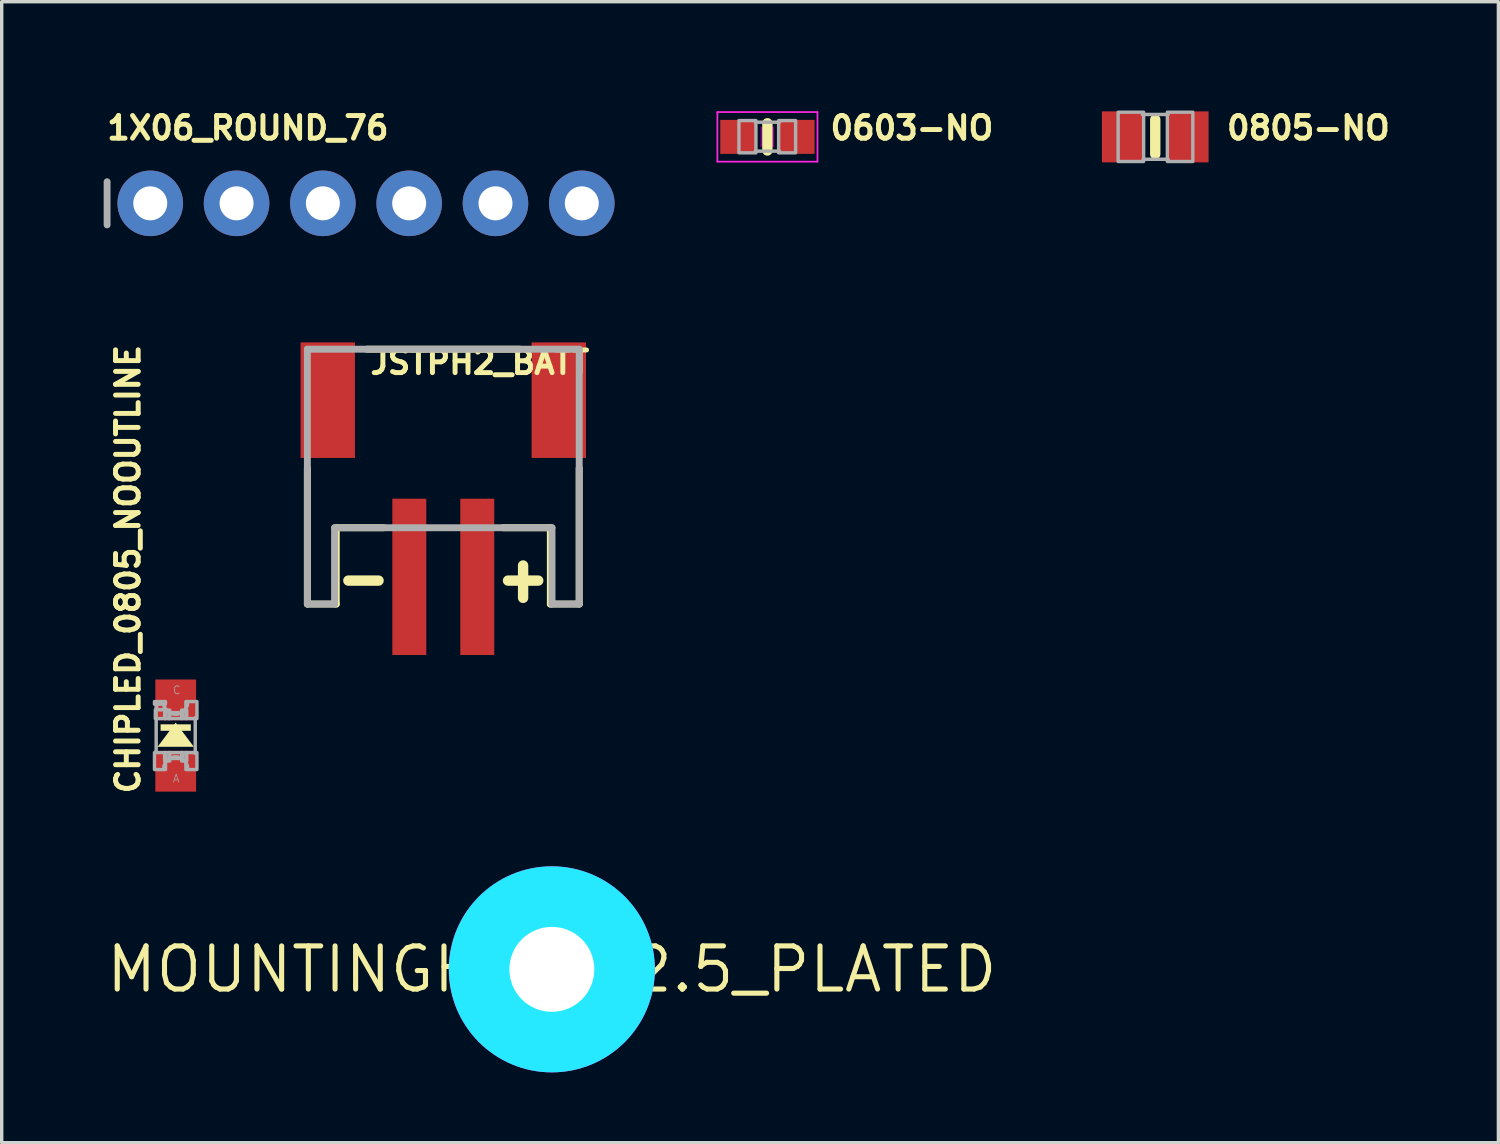
<source format=kicad_pcb>
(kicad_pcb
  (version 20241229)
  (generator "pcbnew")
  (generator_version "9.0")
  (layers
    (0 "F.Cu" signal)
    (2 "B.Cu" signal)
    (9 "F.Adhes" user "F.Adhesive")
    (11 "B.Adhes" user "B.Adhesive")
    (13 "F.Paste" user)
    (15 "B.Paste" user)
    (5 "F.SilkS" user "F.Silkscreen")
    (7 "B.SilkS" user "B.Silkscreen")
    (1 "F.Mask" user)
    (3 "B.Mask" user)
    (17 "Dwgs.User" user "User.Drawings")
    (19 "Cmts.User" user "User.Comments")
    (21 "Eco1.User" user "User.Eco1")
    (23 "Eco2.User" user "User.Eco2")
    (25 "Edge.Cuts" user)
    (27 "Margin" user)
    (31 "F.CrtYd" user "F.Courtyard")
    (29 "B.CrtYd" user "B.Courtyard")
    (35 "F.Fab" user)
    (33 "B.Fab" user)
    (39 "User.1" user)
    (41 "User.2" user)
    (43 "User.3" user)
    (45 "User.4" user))
  (footprint "CHIPLED_0805_NOOUTLINE"
    (layer "F.Cu")
    (at 2.121 18.598)
    (property "Reference" "CHIPLED_0805_NOOUTLINE" (at -1.016 1.778 90) (unlocked yes) (layer "F.SilkS") (effects (font (size 0.666 0.666) (thickness 0.146)) (justify left bottom)))
    (fp_poly (pts (xy 0.533 0.33) (xy -0.533 0.33) (xy 0 -0.381)) (stroke (width 0) (type default)) (fill yes) (layer "F.SilkS"))
    (fp_poly (pts (xy -0.445 -0.141) (xy 0.445 -0.141) (xy 0.445 -0.331) (xy -0.445 -0.331)) (stroke (width 0) (type default)) (fill yes) (layer "F.SilkS"))
    (fp_line (start -0.575 0.5) (end -0.575 -0.925) (stroke (width 0.102) (type solid)) (layer "F.Fab"))
    (fp_line (start 0.575 -0.525) (end 0.575 0.525) (stroke (width 0.102) (type solid)) (layer "F.Fab"))
    (fp_arc (start -0.35 0.925) (mid -0.000001 0.625027) (end 0.35 0.924998) (stroke (width 0.1016) (type solid)) (layer "F.Fab"))
    (fp_arc (start 0.35 -0.924998) (mid -0.000001 -0.625027) (end -0.35 -0.925) (stroke (width 0.1016) (type solid)) (layer "F.Fab"))
    (fp_circle (center -0.45 -0.85) (end -0.347 -0.85) (stroke (width 0.076) (type solid)) (fill no) (layer "F.Fab"))
    (fp_poly (pts (xy -0.625 -0.925) (xy -0.3 -0.925) (xy -0.3 -1) (xy -0.625 -1)) (stroke (width 0.1) (type default)) (fill no) (layer "F.Fab"))
    (fp_poly (pts (xy -0.625 1) (xy -0.3 1) (xy -0.3 0.5) (xy -0.625 0.5)) (stroke (width 0.1) (type default)) (fill no) (layer "F.Fab"))
    (fp_poly (pts (xy -0.6 -0.5) (xy -0.3 -0.5) (xy -0.3 -0.762) (xy -0.6 -0.762)) (stroke (width 0.1) (type default)) (fill no) (layer "F.Fab"))
    (fp_poly (pts (xy -0.325 -0.5) (xy -0.175 -0.5) (xy -0.175 -0.75) (xy -0.325 -0.75)) (stroke (width 0.1) (type default)) (fill no) (layer "F.Fab"))
    (fp_poly (pts (xy -0.325 0.75) (xy -0.175 0.75) (xy -0.175 0.5) (xy -0.325 0.5)) (stroke (width 0.1) (type default)) (fill no) (layer "F.Fab"))
    (fp_poly (pts (xy -0.2 -0.5) (xy 0.2 -0.5) (xy 0.2 -0.675) (xy -0.2 -0.675)) (stroke (width 0.1) (type default)) (fill no) (layer "F.Fab"))
    (fp_poly (pts (xy -0.2 0.675) (xy 0.2 0.675) (xy 0.2 0.5) (xy -0.2 0.5)) (stroke (width 0.1) (type default)) (fill no) (layer "F.Fab"))
    (fp_poly (pts (xy 0.175 -0.5) (xy 0.325 -0.5) (xy 0.325 -0.75) (xy 0.175 -0.75)) (stroke (width 0.1) (type default)) (fill no) (layer "F.Fab"))
    (fp_poly (pts (xy 0.175 0.75) (xy 0.325 0.75) (xy 0.325 0.5) (xy 0.175 0.5)) (stroke (width 0.1) (type default)) (fill no) (layer "F.Fab"))
    (fp_poly (pts (xy 0.3 -0.5) (xy 0.625 -0.5) (xy 0.625 -1) (xy 0.3 -1)) (stroke (width 0.1) (type default)) (fill no) (layer "F.Fab"))
    (fp_poly (pts (xy 0.3 1) (xy 0.625 1) (xy 0.625 0.5) (xy 0.3 0.5)) (stroke (width 0.1) (type default)) (fill no) (layer "F.Fab"))
    (fp_text user "A" (at -0.1 1.4 0) (unlocked yes) (layer "F.Fab") (effects (font (size 0.234 0.234) (thickness 0.02)) (justify left bottom)))
    (fp_text user "C" (at -0.1 -1.2 0) (unlocked yes) (layer "F.Fab") (effects (font (size 0.234 0.234) (thickness 0.02)) (justify left bottom)))
    (pad "A" smd rect (at 0 1.05) (size 1.2 1.2) (layers "F.Cu" "F.Mask" "F.Paste"))
    (pad "C" smd rect (at 0 -1.05) (size 1.2 1.2) (layers "F.Cu" "F.Mask" "F.Paste")))
  (footprint "0805-NO"
    (layer "F.Cu")
    (at 30.949 0.978)
    (property "Reference" "0805-NO" (at 2.032 0.127 0) (unlocked yes) (layer "F.SilkS") (effects (font (size 0.666 0.666) (thickness 0.146)) (justify left bottom)))
    (fp_line (start 0 -0.508) (end 0 0.508) (stroke (width 0.305) (type solid)) (layer "F.SilkS"))
    (fp_line (start -0.381 -0.66) (end 0.381 -0.66) (stroke (width 0.102) (type solid)) (layer "F.Fab"))
    (fp_line (start -0.356 0.66) (end 0.381 0.66) (stroke (width 0.102) (type solid)) (layer "F.Fab"))
    (fp_poly (pts (xy -1.092 0.724) (xy -0.342 0.724) (xy -0.342 -0.726) (xy -1.092 -0.726)) (stroke (width 0.1) (type default)) (fill no) (layer "F.Fab"))
    (fp_poly (pts (xy 0.356 0.724) (xy 1.106 0.724) (xy 1.106 -0.726) (xy 0.356 -0.726)) (stroke (width 0.1) (type default)) (fill no) (layer "F.Fab"))
    (pad "1" smd rect (at -0.95 0) (size 1.24 1.5) (layers "F.Cu" "F.Mask" "F.Paste"))
    (pad "2" smd rect (at 0.95 0) (size 1.24 1.5) (layers "F.Cu" "F.Mask" "F.Paste")))
  (footprint "JSTPH2_BATT"
    (layer "F.Cu")
    (at 9.996 11.624)
    (property "Reference" "JSTPH2_BATT" (at -2.223 -3.619 0) (unlocked yes) (layer "F.SilkS") (effects (font (size 0.666 0.666) (thickness 0.146)) (justify left bottom)))
    (fp_line (start -4 3.103) (end -4 -0.897) (stroke (width 0.203) (type solid)) (layer "F.SilkS"))
    (fp_line (start -3.15 0.857) (end -3.15 3.103) (stroke (width 0.203) (type solid)) (layer "F.SilkS"))
    (fp_line (start -3.15 3.103) (end -4 3.103) (stroke (width 0.203) (type solid)) (layer "F.SilkS"))
    (fp_line (start -2.794 2.413) (end -1.905 2.413) (stroke (width 0.305) (type solid)) (layer "F.SilkS"))
    (fp_line (start -2.25 -4.397) (end 2.25 -4.397) (stroke (width 0.203) (type solid)) (layer "F.SilkS"))
    (fp_line (start -1.75 0.857) (end -3.15 0.857) (stroke (width 0.203) (type solid)) (layer "F.SilkS"))
    (fp_line (start 1.905 2.413) (end 2.794 2.413) (stroke (width 0.305) (type solid)) (layer "F.SilkS"))
    (fp_line (start 2.349 2.921) (end 2.349 1.968) (stroke (width 0.305) (type solid)) (layer "F.SilkS"))
    (fp_line (start 3.15 0.857) (end 1.75 0.857) (stroke (width 0.203) (type solid)) (layer "F.SilkS"))
    (fp_line (start 3.15 3.103) (end 3.15 0.857) (stroke (width 0.203) (type solid)) (layer "F.SilkS"))
    (fp_line (start 4 -0.897) (end 4 3.103) (stroke (width 0.203) (type solid)) (layer "F.SilkS"))
    (fp_line (start 4 3.103) (end 3.15 3.103) (stroke (width 0.203) (type solid)) (layer "F.SilkS"))
    (fp_line (start -4 -4.397) (end 4 -4.397) (stroke (width 0.203) (type solid)) (layer "F.Fab"))
    (fp_line (start -4 3.103) (end -4 -4.397) (stroke (width 0.203) (type solid)) (layer "F.Fab"))
    (fp_line (start -3.2 0.857) (end -3.2 3.103) (stroke (width 0.203) (type solid)) (layer "F.Fab"))
    (fp_line (start -3.2 3.103) (end -4 3.103) (stroke (width 0.203) (type solid)) (layer "F.Fab"))
    (fp_line (start 3.2 0.857) (end -3.2 0.857) (stroke (width 0.203) (type solid)) (layer "F.Fab"))
    (fp_line (start 3.2 3.103) (end 3.2 0.857) (stroke (width 0.203) (type solid)) (layer "F.Fab"))
    (fp_line (start 4 -4.397) (end 4 3.103) (stroke (width 0.203) (type solid)) (layer "F.Fab"))
    (fp_line (start 4 3.103) (end 3.2 3.103) (stroke (width 0.203) (type solid)) (layer "F.Fab"))
    (pad "1" smd rect (at -1 2.303) (size 1 4.6) (layers "F.Cu" "F.Mask" "F.Paste"))
    (pad "2" smd rect (at 1 2.303) (size 1 4.6) (layers "F.Cu" "F.Mask" "F.Paste"))
    (pad "NC1" smd rect (at -3.4 -2.897 90) (size 3.4 1.6) (layers "F.Cu" "F.Mask" "F.Paste"))
    (pad "NC2" smd rect (at 3.4 -2.897 90) (size 3.4 1.6) (layers "F.Cu" "F.Mask" "F.Paste")))
  (footprint "MOUNTINGHOLE_2.5_PLATED"
    (layer "F.Cu")
    (at 13.191 25.478)
    (property "Reference" "MOUNTINGHOLE_2.5_PLATED" (at 0 0 0) (layer "F.SilkS") (effects (font (size 1.27 1.27) (thickness 0.15))))
    (fp_circle (center 0 0) (end 2 0) (stroke (width 0.203) (type solid)) (fill no) (layer "F.SilkS"))
    (fp_circle (center 0 0) (end 1 0) (stroke (width 2.032) (type solid)) (fill no) (layer "B.CrtYd"))
    (fp_circle (center 0 0) (end 1 0) (stroke (width 2.032) (type solid)) (fill no) (layer "F.CrtYd"))
    (pad "P$1" thru_hole circle (at 0 0) (size 3.2 3.2) (drill 2.5) (layers "*.Cu" "*.Mask"))
    (zone (net_name "") (layer "F.Cu") (hatch edge 0.5) (connect_pads) (min_thickness 0.25) (filled_areas_thickness no) (keepout (tracks not_allowed) (vias not_allowed) (pads not_allowed) (copperpour not_allowed) (footprints allowed)) (placement (enabled no)) (fill) (polygon (pts (xy 15.207 25.478) (xy 15.187 25.197) (xy 15.129 24.922) (xy 15.033 24.658) (xy 14.901 24.41) (xy 14.735 24.182) (xy 14.54 23.98) (xy 14.318 23.807) (xy 14.075 23.666) (xy 13.814 23.561) (xy 13.541 23.492) (xy 13.261 23.463) (xy 12.98 23.473) (xy 12.703 23.522) (xy 12.436 23.609) (xy 12.183 23.732) (xy 11.95 23.889) (xy 11.741 24.077) (xy 11.56 24.293) (xy 11.411 24.531) (xy 11.297 24.788) (xy 11.219 25.059) (xy 11.18 25.337) (xy 11.18 25.618) (xy 11.219 25.897) (xy 11.297 26.167) (xy 11.411 26.424) (xy 11.56 26.663) (xy 11.741 26.878) (xy 11.95 27.066) (xy 12.183 27.224) (xy 12.436 27.347) (xy 12.703 27.434) (xy 12.98 27.483) (xy 13.261 27.493) (xy 13.541 27.463) (xy 13.814 27.395) (xy 14.075 27.29) (xy 14.318 27.149) (xy 14.54 26.976) (xy 14.735 26.774) (xy 14.901 26.546) (xy 15.033 26.298) (xy 15.129 26.034) (xy 15.187 25.758))) (polygon (pts (xy 13.175 25.478) (xy 13.18 25.489) (xy 13.191 25.494) (xy 13.202 25.489) (xy 13.207 25.478) (xy 13.202 25.467) (xy 13.191 25.462) (xy 13.18 25.467))))
    (zone (net_name "") (layer "B.Cu") (hatch edge 0.5) (connect_pads) (min_thickness 0.25) (filled_areas_thickness no) (keepout (tracks not_allowed) (vias not_allowed) (pads not_allowed) (copperpour not_allowed) (footprints allowed)) (placement (enabled no)) (fill) (polygon (pts (xy 15.207 25.478) (xy 15.187 25.197) (xy 15.129 24.922) (xy 15.033 24.658) (xy 14.901 24.41) (xy 14.735 24.182) (xy 14.54 23.98) (xy 14.318 23.807) (xy 14.075 23.666) (xy 13.814 23.561) (xy 13.541 23.492) (xy 13.261 23.463) (xy 12.98 23.473) (xy 12.703 23.522) (xy 12.436 23.609) (xy 12.183 23.732) (xy 11.95 23.889) (xy 11.741 24.077) (xy 11.56 24.293) (xy 11.411 24.531) (xy 11.297 24.788) (xy 11.219 25.059) (xy 11.18 25.337) (xy 11.18 25.618) (xy 11.219 25.897) (xy 11.297 26.167) (xy 11.411 26.424) (xy 11.56 26.663) (xy 11.741 26.878) (xy 11.95 27.066) (xy 12.183 27.224) (xy 12.436 27.347) (xy 12.703 27.434) (xy 12.98 27.483) (xy 13.261 27.493) (xy 13.541 27.463) (xy 13.814 27.395) (xy 14.075 27.29) (xy 14.318 27.149) (xy 14.54 26.976) (xy 14.735 26.774) (xy 14.901 26.546) (xy 15.033 26.298) (xy 15.129 26.034) (xy 15.187 25.758))) (polygon (pts (xy 13.175 25.478) (xy 13.18 25.489) (xy 13.191 25.494) (xy 13.202 25.489) (xy 13.207 25.478) (xy 13.202 25.467) (xy 13.191 25.462) (xy 13.18 25.467)))))
  (footprint "1X06_ROUND_76"
    (layer "F.Cu")
    (at 7.722 2.934)
    (property "Reference" "1X06_ROUND_76" (at -7.696 -1.829 0) (unlocked yes) (layer "F.SilkS") (effects (font (size 0.666 0.666) (thickness 0.146)) (justify left bottom)))
    (fp_line (start -7.62 -0.635) (end -7.62 0.635) (stroke (width 0.203) (type solid)) (layer "F.Fab"))
    (fp_poly (pts (xy -6.604 0.254) (xy -6.096 0.254) (xy -6.096 -0.254) (xy -6.604 -0.254)) (stroke (width 0.1) (type default)) (fill no) (layer "F.Fab"))
    (fp_poly (pts (xy -4.064 0.254) (xy -3.556 0.254) (xy -3.556 -0.254) (xy -4.064 -0.254)) (stroke (width 0.1) (type default)) (fill no) (layer "F.Fab"))
    (fp_poly (pts (xy -1.524 0.254) (xy -1.016 0.254) (xy -1.016 -0.254) (xy -1.524 -0.254)) (stroke (width 0.1) (type default)) (fill no) (layer "F.Fab"))
    (fp_poly (pts (xy 1.016 0.254) (xy 1.524 0.254) (xy 1.524 -0.254) (xy 1.016 -0.254)) (stroke (width 0.1) (type default)) (fill no) (layer "F.Fab"))
    (fp_poly (pts (xy 3.556 0.254) (xy 4.064 0.254) (xy 4.064 -0.254) (xy 3.556 -0.254)) (stroke (width 0.1) (type default)) (fill no) (layer "F.Fab"))
    (fp_poly (pts (xy 6.096 0.254) (xy 6.604 0.254) (xy 6.604 -0.254) (xy 6.096 -0.254)) (stroke (width 0.1) (type default)) (fill no) (layer "F.Fab"))
    (pad "1" thru_hole circle (at -6.35 0 90) (size 1.93 1.93) (drill 1) (layers "*.Cu" "*.Mask"))
    (pad "2" thru_hole circle (at -3.81 0 90) (size 1.93 1.93) (drill 1) (layers "*.Cu" "*.Mask"))
    (pad "3" thru_hole circle (at -1.27 0 90) (size 1.93 1.93) (drill 1) (layers "*.Cu" "*.Mask"))
    (pad "4" thru_hole circle (at 1.27 0 90) (size 1.93 1.93) (drill 1) (layers "*.Cu" "*.Mask"))
    (pad "5" thru_hole circle (at 3.81 0 90) (size 1.93 1.93) (drill 1) (layers "*.Cu" "*.Mask"))
    (pad "6" thru_hole circle (at 6.35 0 90) (size 1.93 1.93) (drill 1) (layers "*.Cu" "*.Mask")))
  (footprint "0603-NO"
    (layer "F.Cu")
    (at 19.535 0.978)
    (property "Reference" "0603-NO" (at 1.778 0.127 0) (unlocked yes) (layer "F.SilkS") (effects (font (size 0.666 0.666) (thickness 0.146)) (justify left bottom)))
    (fp_line (start 0 -0.4) (end 0 0.4) (stroke (width 0.305) (type solid)) (layer "F.SilkS"))
    (fp_poly (pts (xy -0.2 0.3) (xy 0.2 0.3) (xy 0.2 -0.3) (xy -0.2 -0.3)) (stroke (width 0) (type default)) (fill yes) (layer "F.Adhes"))
    (fp_line (start -1.473 -0.729) (end 1.473 -0.729) (stroke (width 0.051) (type solid)) (layer "F.CrtYd"))
    (fp_line (start -1.473 0.729) (end -1.473 -0.729) (stroke (width 0.051) (type solid)) (layer "F.CrtYd"))
    (fp_line (start 1.473 -0.729) (end 1.473 0.729) (stroke (width 0.051) (type solid)) (layer "F.CrtYd"))
    (fp_line (start 1.473 0.729) (end -1.473 0.729) (stroke (width 0.051) (type solid)) (layer "F.CrtYd"))
    (fp_line (start -0.356 -0.432) (end 0.356 -0.432) (stroke (width 0.102) (type solid)) (layer "F.Fab"))
    (fp_line (start -0.356 0.419) (end 0.356 0.419) (stroke (width 0.102) (type solid)) (layer "F.Fab"))
    (fp_poly (pts (xy -0.838 0.47) (xy -0.338 0.47) (xy -0.338 -0.48) (xy -0.838 -0.48)) (stroke (width 0.1) (type default)) (fill no) (layer "F.Fab"))
    (fp_poly (pts (xy 0.33 0.47) (xy 0.83 0.47) (xy 0.83 -0.48) (xy 0.33 -0.48)) (stroke (width 0.1) (type default)) (fill no) (layer "F.Fab"))
    (pad "1" smd rect (at -0.85 0) (size 1.075 1) (layers "F.Cu" "F.Mask" "F.Paste"))
    (pad "2" smd rect (at 0.85 0) (size 1.075 1) (layers "F.Cu" "F.Mask" "F.Paste")))
  (gr_rect
    (start -3 -3)
    (end 41.048 30.579)
    (stroke (width 0.1) (type default))
    (fill no)
    (layer "Edge.Cuts")))
</source>
